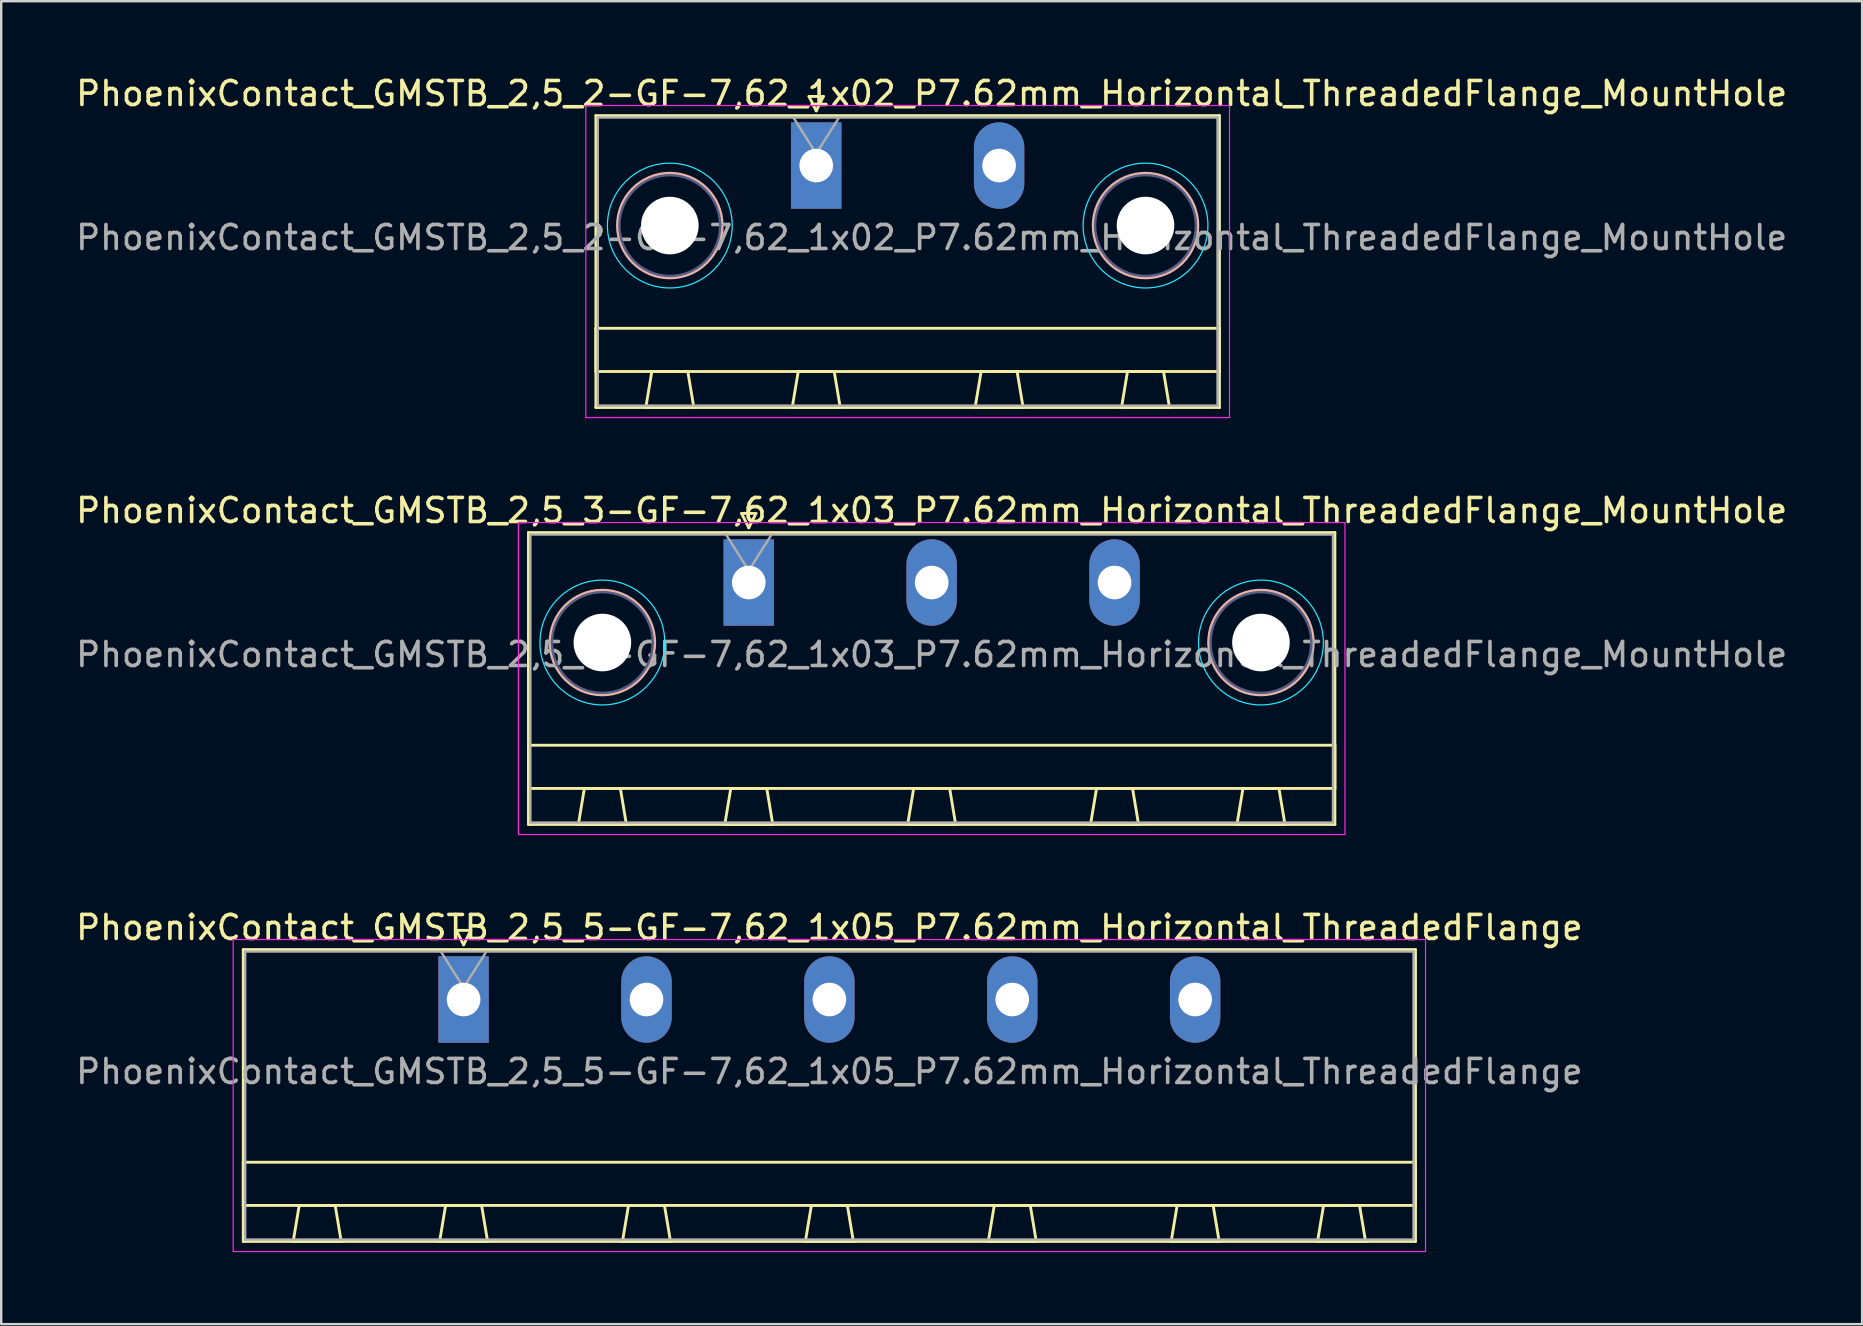
<source format=kicad_pcb>
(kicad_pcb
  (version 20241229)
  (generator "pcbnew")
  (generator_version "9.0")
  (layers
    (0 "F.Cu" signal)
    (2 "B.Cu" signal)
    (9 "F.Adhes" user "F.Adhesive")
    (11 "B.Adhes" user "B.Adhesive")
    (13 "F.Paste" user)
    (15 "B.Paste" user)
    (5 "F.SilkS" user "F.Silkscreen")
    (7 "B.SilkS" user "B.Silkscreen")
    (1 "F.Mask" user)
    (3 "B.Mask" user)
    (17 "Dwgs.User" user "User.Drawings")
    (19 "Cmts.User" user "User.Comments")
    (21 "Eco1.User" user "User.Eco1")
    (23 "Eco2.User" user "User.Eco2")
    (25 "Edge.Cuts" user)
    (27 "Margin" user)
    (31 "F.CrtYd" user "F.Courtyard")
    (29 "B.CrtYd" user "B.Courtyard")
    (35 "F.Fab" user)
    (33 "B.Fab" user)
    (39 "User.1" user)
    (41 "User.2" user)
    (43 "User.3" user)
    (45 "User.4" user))
  (footprint "PhoenixContact_GMSTB_2,5_3-GF-7,62_1x03_P7.62mm_Horizontal_ThreadedFlange_MountHole"
    (layer "F.Cu")
    (at 28.148 21.221)
    (property "Reference" "PhoenixContact_GMSTB_2,5_3-GF-7,62_1x03_P7.62mm_Horizontal_ThreadedFlange_MountHole" (at 7.62 -3 0) (layer "F.SilkS") (effects (font (size 1 1) (thickness 0.15))))
    (attr through_hole)
    (fp_line (start -9.18 -2.08) (end -9.18 10.08) (stroke (width 0.12) (type solid)) (layer "F.SilkS"))
    (fp_line (start -9.18 6.78) (end 24.42 6.78) (stroke (width 0.12) (type solid)) (layer "F.SilkS"))
    (fp_line (start -9.18 8.58) (end -9.18 6.78) (stroke (width 0.12) (type solid)) (layer "F.SilkS"))
    (fp_line (start -9.18 10.08) (end 24.42 10.08) (stroke (width 0.12) (type solid)) (layer "F.SilkS"))
    (fp_line (start -7.1 10.08) (end -5.1 10.08) (stroke (width 0.12) (type solid)) (layer "F.SilkS"))
    (fp_line (start -6.85 8.58) (end -7.1 10.08) (stroke (width 0.12) (type solid)) (layer "F.SilkS"))
    (fp_line (start -5.35 8.58) (end -6.85 8.58) (stroke (width 0.12) (type solid)) (layer "F.SilkS"))
    (fp_line (start -5.1 10.08) (end -5.35 8.58) (stroke (width 0.12) (type solid)) (layer "F.SilkS"))
    (fp_line (start -1 10.08) (end 1 10.08) (stroke (width 0.12) (type solid)) (layer "F.SilkS"))
    (fp_line (start -0.75 8.58) (end -1 10.08) (stroke (width 0.12) (type solid)) (layer "F.SilkS"))
    (fp_line (start -0.3 -2.88) (end 0.3 -2.88) (stroke (width 0.12) (type solid)) (layer "F.SilkS"))
    (fp_line (start 0 -2.28) (end -0.3 -2.88) (stroke (width 0.12) (type solid)) (layer "F.SilkS"))
    (fp_line (start 0.3 -2.88) (end 0 -2.28) (stroke (width 0.12) (type solid)) (layer "F.SilkS"))
    (fp_line (start 0.75 8.58) (end -0.75 8.58) (stroke (width 0.12) (type solid)) (layer "F.SilkS"))
    (fp_line (start 1 10.08) (end 0.75 8.58) (stroke (width 0.12) (type solid)) (layer "F.SilkS"))
    (fp_line (start 6.62 10.08) (end 8.62 10.08) (stroke (width 0.12) (type solid)) (layer "F.SilkS"))
    (fp_line (start 6.87 8.58) (end 6.62 10.08) (stroke (width 0.12) (type solid)) (layer "F.SilkS"))
    (fp_line (start 8.37 8.58) (end 6.87 8.58) (stroke (width 0.12) (type solid)) (layer "F.SilkS"))
    (fp_line (start 8.62 10.08) (end 8.37 8.58) (stroke (width 0.12) (type solid)) (layer "F.SilkS"))
    (fp_line (start 14.24 10.08) (end 16.24 10.08) (stroke (width 0.12) (type solid)) (layer "F.SilkS"))
    (fp_line (start 14.49 8.58) (end 14.24 10.08) (stroke (width 0.12) (type solid)) (layer "F.SilkS"))
    (fp_line (start 15.99 8.58) (end 14.49 8.58) (stroke (width 0.12) (type solid)) (layer "F.SilkS"))
    (fp_line (start 16.24 10.08) (end 15.99 8.58) (stroke (width 0.12) (type solid)) (layer "F.SilkS"))
    (fp_line (start 20.34 10.08) (end 22.34 10.08) (stroke (width 0.12) (type solid)) (layer "F.SilkS"))
    (fp_line (start 20.59 8.58) (end 20.34 10.08) (stroke (width 0.12) (type solid)) (layer "F.SilkS"))
    (fp_line (start 22.09 8.58) (end 20.59 8.58) (stroke (width 0.12) (type solid)) (layer "F.SilkS"))
    (fp_line (start 22.34 10.08) (end 22.09 8.58) (stroke (width 0.12) (type solid)) (layer "F.SilkS"))
    (fp_line (start 24.42 -2.08) (end -9.18 -2.08) (stroke (width 0.12) (type solid)) (layer "F.SilkS"))
    (fp_line (start 24.42 6.78) (end 24.42 8.58) (stroke (width 0.12) (type solid)) (layer "F.SilkS"))
    (fp_line (start 24.42 8.58) (end -9.18 8.58) (stroke (width 0.12) (type solid)) (layer "F.SilkS"))
    (fp_line (start 24.42 10.08) (end 24.42 -2.08) (stroke (width 0.12) (type solid)) (layer "F.SilkS"))
    (fp_circle (center -6.1 2.5) (end -3.92 2.5) (stroke (width 0.12) (type solid)) (fill no) (layer "B.SilkS"))
    (fp_circle (center 21.34 2.5) (end 23.52 2.5) (stroke (width 0.12) (type solid)) (fill no) (layer "B.SilkS"))
    (fp_circle (center -6.1 2.5) (end -3.5 2.5) (stroke (width 0.05) (type solid)) (fill no) (layer "B.CrtYd"))
    (fp_circle (center 21.34 2.5) (end 23.94 2.5) (stroke (width 0.05) (type solid)) (fill no) (layer "B.CrtYd"))
    (fp_line (start -9.6 -2.5) (end -9.6 10.5) (stroke (width 0.05) (type solid)) (layer "F.CrtYd"))
    (fp_line (start -9.6 10.5) (end 24.84 10.5) (stroke (width 0.05) (type solid)) (layer "F.CrtYd"))
    (fp_line (start 24.84 -2.5) (end -9.6 -2.5) (stroke (width 0.05) (type solid)) (layer "F.CrtYd"))
    (fp_line (start 24.84 10.5) (end 24.84 -2.5) (stroke (width 0.05) (type solid)) (layer "F.CrtYd"))
    (fp_circle (center -6.1 2.5) (end -4 2.5) (stroke (width 0.1) (type solid)) (fill no) (layer "B.Fab"))
    (fp_circle (center 21.34 2.5) (end 23.44 2.5) (stroke (width 0.1) (type solid)) (fill no) (layer "B.Fab"))
    (fp_line (start -9.1 -2) (end -9.1 10) (stroke (width 0.1) (type solid)) (layer "F.Fab"))
    (fp_line (start -9.1 10) (end 24.34 10) (stroke (width 0.1) (type solid)) (layer "F.Fab"))
    (fp_line (start 0 -0.5) (end -0.95 -2) (stroke (width 0.1) (type solid)) (layer "F.Fab"))
    (fp_line (start 0.95 -2) (end 0 -0.5) (stroke (width 0.1) (type solid)) (layer "F.Fab"))
    (fp_line (start 24.34 -2) (end -9.1 -2) (stroke (width 0.1) (type solid)) (layer "F.Fab"))
    (fp_line (start 24.34 10) (end 24.34 -2) (stroke (width 0.1) (type solid)) (layer "F.Fab"))
    (fp_text user "${REFERENCE}" (at 7.62 3 0) (layer "F.Fab") (effects (font (size 1 1) (thickness 0.15))))
    (pad "" np_thru_hole circle (at -6.1 2.5) (size 2.4 2.4) (drill 2.4) (layers "*.Cu" "*.Mask"))
    (pad "" np_thru_hole circle (at 21.34 2.5) (size 2.4 2.4) (drill 2.4) (layers "*.Cu" "*.Mask"))
    (pad "1" thru_hole rect (at 0 0) (size 2.1 3.6) (drill 1.4) (layers "*.Cu" "*.Mask"))
    (pad "2" thru_hole oval (at 7.62 0) (size 2.1 3.6) (drill 1.4) (layers "*.Cu" "*.Mask"))
    (pad "3" thru_hole oval (at 15.24 0) (size 2.1 3.6) (drill 1.4) (layers "*.Cu" "*.Mask")))
  (footprint "PhoenixContact_GMSTB_2,5_5-GF-7,62_1x05_P7.62mm_Horizontal_ThreadedFlange"
    (layer "F.Cu")
    (at 16.266 38.595)
    (property "Reference" "PhoenixContact_GMSTB_2,5_5-GF-7,62_1x05_P7.62mm_Horizontal_ThreadedFlange" (at 15.24 -3 0) (layer "F.SilkS") (effects (font (size 1 1) (thickness 0.15))))
    (attr through_hole)
    (fp_line (start -9.18 -2.08) (end -9.18 10.08) (stroke (width 0.12) (type solid)) (layer "F.SilkS"))
    (fp_line (start -9.18 6.78) (end 39.66 6.78) (stroke (width 0.12) (type solid)) (layer "F.SilkS"))
    (fp_line (start -9.18 8.58) (end -9.18 6.78) (stroke (width 0.12) (type solid)) (layer "F.SilkS"))
    (fp_line (start -9.18 10.08) (end 39.66 10.08) (stroke (width 0.12) (type solid)) (layer "F.SilkS"))
    (fp_line (start -7.1 10.08) (end -5.1 10.08) (stroke (width 0.12) (type solid)) (layer "F.SilkS"))
    (fp_line (start -6.85 8.58) (end -7.1 10.08) (stroke (width 0.12) (type solid)) (layer "F.SilkS"))
    (fp_line (start -5.35 8.58) (end -6.85 8.58) (stroke (width 0.12) (type solid)) (layer "F.SilkS"))
    (fp_line (start -5.1 10.08) (end -5.35 8.58) (stroke (width 0.12) (type solid)) (layer "F.SilkS"))
    (fp_line (start -1 10.08) (end 1 10.08) (stroke (width 0.12) (type solid)) (layer "F.SilkS"))
    (fp_line (start -0.75 8.58) (end -1 10.08) (stroke (width 0.12) (type solid)) (layer "F.SilkS"))
    (fp_line (start -0.3 -2.88) (end 0.3 -2.88) (stroke (width 0.12) (type solid)) (layer "F.SilkS"))
    (fp_line (start 0 -2.28) (end -0.3 -2.88) (stroke (width 0.12) (type solid)) (layer "F.SilkS"))
    (fp_line (start 0.3 -2.88) (end 0 -2.28) (stroke (width 0.12) (type solid)) (layer "F.SilkS"))
    (fp_line (start 0.75 8.58) (end -0.75 8.58) (stroke (width 0.12) (type solid)) (layer "F.SilkS"))
    (fp_line (start 1 10.08) (end 0.75 8.58) (stroke (width 0.12) (type solid)) (layer "F.SilkS"))
    (fp_line (start 6.62 10.08) (end 8.62 10.08) (stroke (width 0.12) (type solid)) (layer "F.SilkS"))
    (fp_line (start 6.87 8.58) (end 6.62 10.08) (stroke (width 0.12) (type solid)) (layer "F.SilkS"))
    (fp_line (start 8.37 8.58) (end 6.87 8.58) (stroke (width 0.12) (type solid)) (layer "F.SilkS"))
    (fp_line (start 8.62 10.08) (end 8.37 8.58) (stroke (width 0.12) (type solid)) (layer "F.SilkS"))
    (fp_line (start 14.24 10.08) (end 16.24 10.08) (stroke (width 0.12) (type solid)) (layer "F.SilkS"))
    (fp_line (start 14.49 8.58) (end 14.24 10.08) (stroke (width 0.12) (type solid)) (layer "F.SilkS"))
    (fp_line (start 15.99 8.58) (end 14.49 8.58) (stroke (width 0.12) (type solid)) (layer "F.SilkS"))
    (fp_line (start 16.24 10.08) (end 15.99 8.58) (stroke (width 0.12) (type solid)) (layer "F.SilkS"))
    (fp_line (start 21.86 10.08) (end 23.86 10.08) (stroke (width 0.12) (type solid)) (layer "F.SilkS"))
    (fp_line (start 22.11 8.58) (end 21.86 10.08) (stroke (width 0.12) (type solid)) (layer "F.SilkS"))
    (fp_line (start 23.61 8.58) (end 22.11 8.58) (stroke (width 0.12) (type solid)) (layer "F.SilkS"))
    (fp_line (start 23.86 10.08) (end 23.61 8.58) (stroke (width 0.12) (type solid)) (layer "F.SilkS"))
    (fp_line (start 29.48 10.08) (end 31.48 10.08) (stroke (width 0.12) (type solid)) (layer "F.SilkS"))
    (fp_line (start 29.73 8.58) (end 29.48 10.08) (stroke (width 0.12) (type solid)) (layer "F.SilkS"))
    (fp_line (start 31.23 8.58) (end 29.73 8.58) (stroke (width 0.12) (type solid)) (layer "F.SilkS"))
    (fp_line (start 31.48 10.08) (end 31.23 8.58) (stroke (width 0.12) (type solid)) (layer "F.SilkS"))
    (fp_line (start 35.58 10.08) (end 37.58 10.08) (stroke (width 0.12) (type solid)) (layer "F.SilkS"))
    (fp_line (start 35.83 8.58) (end 35.58 10.08) (stroke (width 0.12) (type solid)) (layer "F.SilkS"))
    (fp_line (start 37.33 8.58) (end 35.83 8.58) (stroke (width 0.12) (type solid)) (layer "F.SilkS"))
    (fp_line (start 37.58 10.08) (end 37.33 8.58) (stroke (width 0.12) (type solid)) (layer "F.SilkS"))
    (fp_line (start 39.66 -2.08) (end -9.18 -2.08) (stroke (width 0.12) (type solid)) (layer "F.SilkS"))
    (fp_line (start 39.66 6.78) (end 39.66 8.58) (stroke (width 0.12) (type solid)) (layer "F.SilkS"))
    (fp_line (start 39.66 8.58) (end -9.18 8.58) (stroke (width 0.12) (type solid)) (layer "F.SilkS"))
    (fp_line (start 39.66 10.08) (end 39.66 -2.08) (stroke (width 0.12) (type solid)) (layer "F.SilkS"))
    (fp_line (start -9.6 -2.5) (end -9.6 10.5) (stroke (width 0.05) (type solid)) (layer "F.CrtYd"))
    (fp_line (start -9.6 10.5) (end 40.08 10.5) (stroke (width 0.05) (type solid)) (layer "F.CrtYd"))
    (fp_line (start 40.08 -2.5) (end -9.6 -2.5) (stroke (width 0.05) (type solid)) (layer "F.CrtYd"))
    (fp_line (start 40.08 10.5) (end 40.08 -2.5) (stroke (width 0.05) (type solid)) (layer "F.CrtYd"))
    (fp_line (start -9.1 -2) (end -9.1 10) (stroke (width 0.1) (type solid)) (layer "F.Fab"))
    (fp_line (start -9.1 10) (end 39.58 10) (stroke (width 0.1) (type solid)) (layer "F.Fab"))
    (fp_line (start 0 -0.5) (end -0.95 -2) (stroke (width 0.1) (type solid)) (layer "F.Fab"))
    (fp_line (start 0.95 -2) (end 0 -0.5) (stroke (width 0.1) (type solid)) (layer "F.Fab"))
    (fp_line (start 39.58 -2) (end -9.1 -2) (stroke (width 0.1) (type solid)) (layer "F.Fab"))
    (fp_line (start 39.58 10) (end 39.58 -2) (stroke (width 0.1) (type solid)) (layer "F.Fab"))
    (fp_text user "${REFERENCE}" (at 15.24 3 0) (layer "F.Fab") (effects (font (size 1 1) (thickness 0.15))))
    (pad "1" thru_hole rect (at 0 0) (size 2.1 3.6) (drill 1.4) (layers "*.Cu" "*.Mask"))
    (pad "2" thru_hole oval (at 7.62 0) (size 2.1 3.6) (drill 1.4) (layers "*.Cu" "*.Mask"))
    (pad "3" thru_hole oval (at 15.24 0) (size 2.1 3.6) (drill 1.4) (layers "*.Cu" "*.Mask"))
    (pad "4" thru_hole oval (at 22.86 0) (size 2.1 3.6) (drill 1.4) (layers "*.Cu" "*.Mask"))
    (pad "5" thru_hole oval (at 30.48 0) (size 2.1 3.6) (drill 1.4) (layers "*.Cu" "*.Mask")))
  (footprint "PhoenixContact_GMSTB_2,5_2-GF-7,62_1x02_P7.62mm_Horizontal_ThreadedFlange_MountHole"
    (layer "F.Cu")
    (at 30.958 3.848)
    (property "Reference" "PhoenixContact_GMSTB_2,5_2-GF-7,62_1x02_P7.62mm_Horizontal_ThreadedFlange_MountHole" (at 4.81 -3 0) (layer "F.SilkS") (effects (font (size 1 1) (thickness 0.15))))
    (attr through_hole)
    (fp_line (start -9.18 -2.08) (end -9.18 10.08) (stroke (width 0.12) (type solid)) (layer "F.SilkS"))
    (fp_line (start -9.18 6.78) (end 16.8 6.78) (stroke (width 0.12) (type solid)) (layer "F.SilkS"))
    (fp_line (start -9.18 8.58) (end -9.18 6.78) (stroke (width 0.12) (type solid)) (layer "F.SilkS"))
    (fp_line (start -9.18 10.08) (end 16.8 10.08) (stroke (width 0.12) (type solid)) (layer "F.SilkS"))
    (fp_line (start -7.1 10.08) (end -5.1 10.08) (stroke (width 0.12) (type solid)) (layer "F.SilkS"))
    (fp_line (start -6.85 8.58) (end -7.1 10.08) (stroke (width 0.12) (type solid)) (layer "F.SilkS"))
    (fp_line (start -5.35 8.58) (end -6.85 8.58) (stroke (width 0.12) (type solid)) (layer "F.SilkS"))
    (fp_line (start -5.1 10.08) (end -5.35 8.58) (stroke (width 0.12) (type solid)) (layer "F.SilkS"))
    (fp_line (start -1 10.08) (end 1 10.08) (stroke (width 0.12) (type solid)) (layer "F.SilkS"))
    (fp_line (start -0.75 8.58) (end -1 10.08) (stroke (width 0.12) (type solid)) (layer "F.SilkS"))
    (fp_line (start -0.3 -2.88) (end 0.3 -2.88) (stroke (width 0.12) (type solid)) (layer "F.SilkS"))
    (fp_line (start 0 -2.28) (end -0.3 -2.88) (stroke (width 0.12) (type solid)) (layer "F.SilkS"))
    (fp_line (start 0.3 -2.88) (end 0 -2.28) (stroke (width 0.12) (type solid)) (layer "F.SilkS"))
    (fp_line (start 0.75 8.58) (end -0.75 8.58) (stroke (width 0.12) (type solid)) (layer "F.SilkS"))
    (fp_line (start 1 10.08) (end 0.75 8.58) (stroke (width 0.12) (type solid)) (layer "F.SilkS"))
    (fp_line (start 6.62 10.08) (end 8.62 10.08) (stroke (width 0.12) (type solid)) (layer "F.SilkS"))
    (fp_line (start 6.87 8.58) (end 6.62 10.08) (stroke (width 0.12) (type solid)) (layer "F.SilkS"))
    (fp_line (start 8.37 8.58) (end 6.87 8.58) (stroke (width 0.12) (type solid)) (layer "F.SilkS"))
    (fp_line (start 8.62 10.08) (end 8.37 8.58) (stroke (width 0.12) (type solid)) (layer "F.SilkS"))
    (fp_line (start 12.72 10.08) (end 14.72 10.08) (stroke (width 0.12) (type solid)) (layer "F.SilkS"))
    (fp_line (start 12.97 8.58) (end 12.72 10.08) (stroke (width 0.12) (type solid)) (layer "F.SilkS"))
    (fp_line (start 14.47 8.58) (end 12.97 8.58) (stroke (width 0.12) (type solid)) (layer "F.SilkS"))
    (fp_line (start 14.72 10.08) (end 14.47 8.58) (stroke (width 0.12) (type solid)) (layer "F.SilkS"))
    (fp_line (start 16.8 -2.08) (end -9.18 -2.08) (stroke (width 0.12) (type solid)) (layer "F.SilkS"))
    (fp_line (start 16.8 6.78) (end 16.8 8.58) (stroke (width 0.12) (type solid)) (layer "F.SilkS"))
    (fp_line (start 16.8 8.58) (end -9.18 8.58) (stroke (width 0.12) (type solid)) (layer "F.SilkS"))
    (fp_line (start 16.8 10.08) (end 16.8 -2.08) (stroke (width 0.12) (type solid)) (layer "F.SilkS"))
    (fp_circle (center -6.1 2.5) (end -3.92 2.5) (stroke (width 0.12) (type solid)) (fill no) (layer "B.SilkS"))
    (fp_circle (center 13.72 2.5) (end 15.9 2.5) (stroke (width 0.12) (type solid)) (fill no) (layer "B.SilkS"))
    (fp_circle (center -6.1 2.5) (end -3.5 2.5) (stroke (width 0.05) (type solid)) (fill no) (layer "B.CrtYd"))
    (fp_circle (center 13.72 2.5) (end 16.32 2.5) (stroke (width 0.05) (type solid)) (fill no) (layer "B.CrtYd"))
    (fp_line (start -9.6 -2.5) (end -9.6 10.5) (stroke (width 0.05) (type solid)) (layer "F.CrtYd"))
    (fp_line (start -9.6 10.5) (end 17.22 10.5) (stroke (width 0.05) (type solid)) (layer "F.CrtYd"))
    (fp_line (start 17.22 -2.5) (end -9.6 -2.5) (stroke (width 0.05) (type solid)) (layer "F.CrtYd"))
    (fp_line (start 17.22 10.5) (end 17.22 -2.5) (stroke (width 0.05) (type solid)) (layer "F.CrtYd"))
    (fp_circle (center -6.1 2.5) (end -4 2.5) (stroke (width 0.1) (type solid)) (fill no) (layer "B.Fab"))
    (fp_circle (center 13.72 2.5) (end 15.82 2.5) (stroke (width 0.1) (type solid)) (fill no) (layer "B.Fab"))
    (fp_line (start -9.1 -2) (end -9.1 10) (stroke (width 0.1) (type solid)) (layer "F.Fab"))
    (fp_line (start -9.1 10) (end 16.72 10) (stroke (width 0.1) (type solid)) (layer "F.Fab"))
    (fp_line (start 0 -0.5) (end -0.95 -2) (stroke (width 0.1) (type solid)) (layer "F.Fab"))
    (fp_line (start 0.95 -2) (end 0 -0.5) (stroke (width 0.1) (type solid)) (layer "F.Fab"))
    (fp_line (start 16.72 -2) (end -9.1 -2) (stroke (width 0.1) (type solid)) (layer "F.Fab"))
    (fp_line (start 16.72 10) (end 16.72 -2) (stroke (width 0.1) (type solid)) (layer "F.Fab"))
    (fp_text user "${REFERENCE}" (at 4.81 3 0) (layer "F.Fab") (effects (font (size 1 1) (thickness 0.15))))
    (pad "" np_thru_hole circle (at -6.1 2.5) (size 2.4 2.4) (drill 2.4) (layers "*.Cu" "*.Mask"))
    (pad "" np_thru_hole circle (at 13.72 2.5) (size 2.4 2.4) (drill 2.4) (layers "*.Cu" "*.Mask"))
    (pad "1" thru_hole rect (at 0 0) (size 2.1 3.6) (drill 1.4) (layers "*.Cu" "*.Mask"))
    (pad "2" thru_hole oval (at 7.62 0) (size 2.1 3.6) (drill 1.4) (layers "*.Cu" "*.Mask")))
  (gr_rect
    (start -3 -3)
    (end 74.536 52.12)
    (stroke (width 0.1) (type default))
    (fill no)
    (layer "Edge.Cuts")))
</source>
